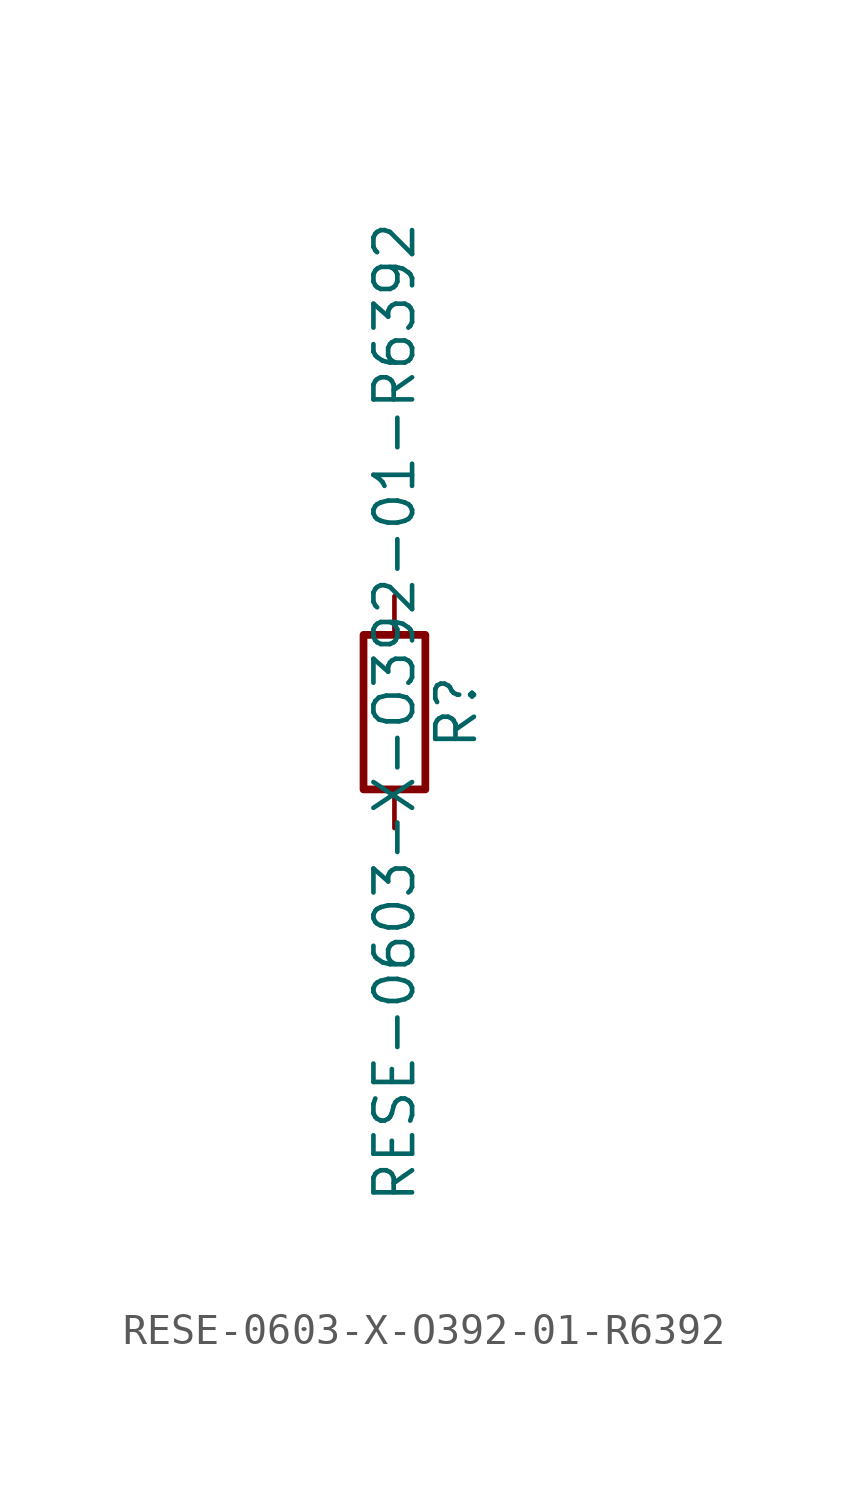
<source format=kicad_sym>
(kicad_symbol_lib
  (version 20211014)
  (generator kicad_symbol_editor)
  (symbol "RESE-0603-X-O392-01-R6392"
    (pin_numbers hide)
    (pin_names
      (offset 0))
    (property "Reference" "R"
      (at 2.032 0 90)
      (effects (font (size 1.27 1.27))))
    (property "Value" "RESE-0603-X-O392-01-R6392"
      (at 0 0 90)
      (effects (font (size 1.27 1.27))))
    (symbol "RESE-0603-X-O392-01-R6392_0_1"
      (rectangle (start -1.016 -2.54) (end 1.016 2.54) (stroke (width 0.254) (type default) (color 0 0 0 0)) (fill (type none))))
    (symbol "RESE-0603-X-O392-01-R6392_1_1"
      (pin passive line (at 0 3.81 270) (length 1.27) (name "~" (effects (font (size 1.27 1.27)))) (number "1" (effects (font (size 1.27 1.27)))))
      (pin passive line (at 0 -3.81 90) (length 1.27) (name "~" (effects (font (size 1.27 1.27)))) (number "2" (effects (font (size 1.27 1.27))))))))
</source>
